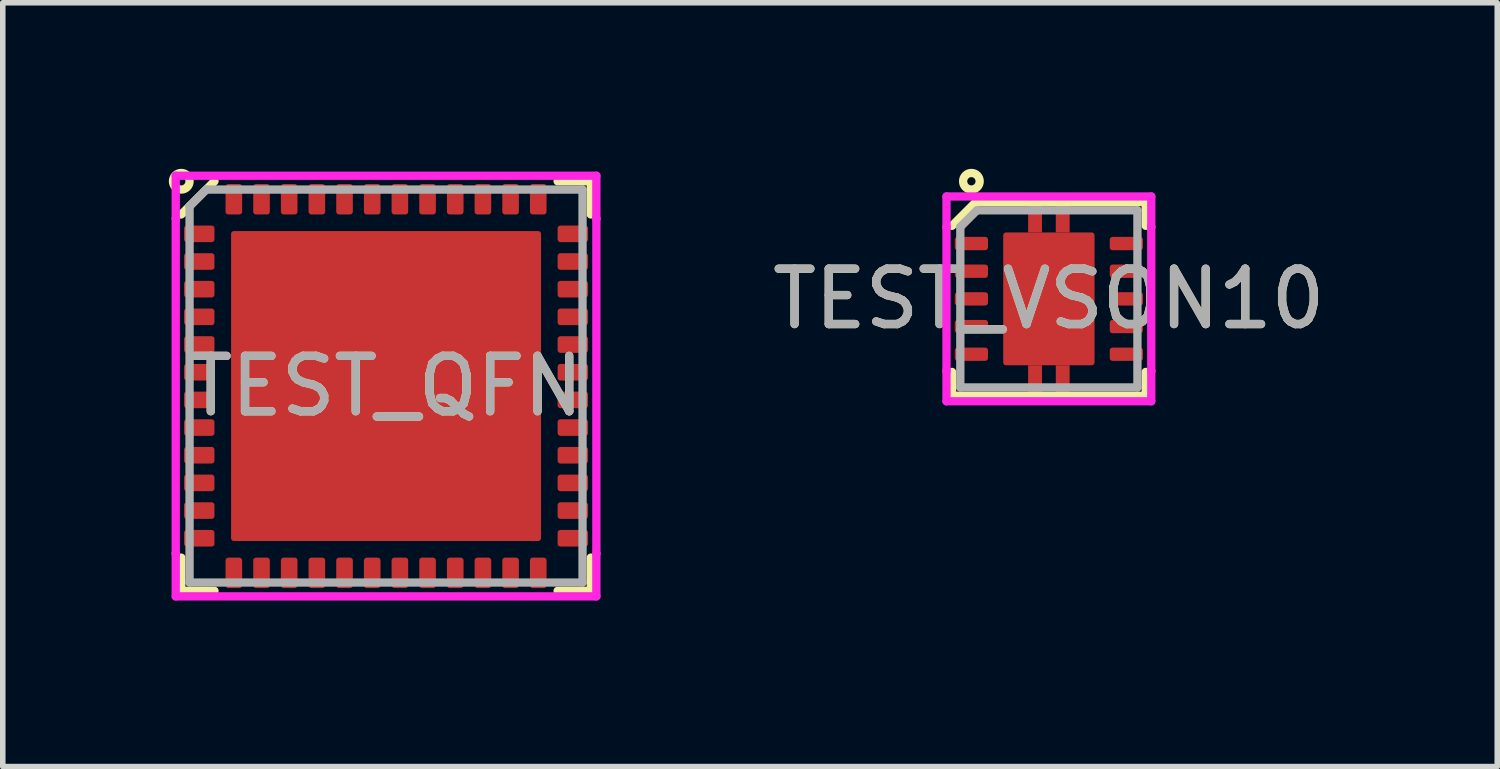
<source format=kicad_pcb>
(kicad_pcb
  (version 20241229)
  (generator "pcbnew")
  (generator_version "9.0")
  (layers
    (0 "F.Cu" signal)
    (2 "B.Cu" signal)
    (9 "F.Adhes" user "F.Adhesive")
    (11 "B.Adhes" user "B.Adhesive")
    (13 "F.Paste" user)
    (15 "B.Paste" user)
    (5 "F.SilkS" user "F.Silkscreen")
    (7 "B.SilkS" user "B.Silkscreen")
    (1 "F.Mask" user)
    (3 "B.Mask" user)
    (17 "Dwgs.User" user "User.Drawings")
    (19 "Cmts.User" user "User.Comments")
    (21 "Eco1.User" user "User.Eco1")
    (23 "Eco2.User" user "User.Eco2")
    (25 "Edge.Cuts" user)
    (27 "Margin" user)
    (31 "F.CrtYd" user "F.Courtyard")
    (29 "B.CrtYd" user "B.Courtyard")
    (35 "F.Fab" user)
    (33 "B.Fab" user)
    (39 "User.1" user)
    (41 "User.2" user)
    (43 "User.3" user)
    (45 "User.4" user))
  (footprint "TEST_QFN"
    (layer "F.Cu")
    (at 3.925 3.925)
    (property "Reference" "TEST_QFN" (at 0 0 0) (layer "F.SilkS") (effects (font (size 1 1) (thickness 0.15))))
    (property "Value" "${VALUE}" (at 0 -0.5 0) (layer "F.Fab") (hide yes) (effects (font (size 1 1) (thickness 0.15))))
    (attr through_hole)
    (fp_line (start -3.7 -3.1) (end -3.1 -3.7) (stroke (width 0.15) (type solid)) (layer "F.SilkS"))
    (fp_line (start -3.7 3.7) (end -3.7 3.1) (stroke (width 0.15) (type solid)) (layer "F.SilkS"))
    (fp_line (start -3.1 3.7) (end -3.7 3.7) (stroke (width 0.15) (type solid)) (layer "F.SilkS"))
    (fp_line (start 3.1 3.7) (end 3.7 3.7) (stroke (width 0.15) (type solid)) (layer "F.SilkS"))
    (fp_line (start 3.7 -3.7) (end 3.1 -3.7) (stroke (width 0.15) (type solid)) (layer "F.SilkS"))
    (fp_line (start 3.7 -3.1) (end 3.7 -3.7) (stroke (width 0.15) (type solid)) (layer "F.SilkS"))
    (fp_line (start 3.7 3.7) (end 3.7 3.1) (stroke (width 0.15) (type solid)) (layer "F.SilkS"))
    (fp_circle (center -3.7 -3.7) (end -3.7 -3.85) (stroke (width 0.15) (type solid)) (fill no) (layer "F.SilkS"))
    (fp_line (start -3.8 -3.8) (end 3.8 -3.8) (stroke (width 0.15) (type solid)) (layer "F.CrtYd"))
    (fp_line (start -3.8 -3.025) (end -3.8 -3.8) (stroke (width 0.15) (type solid)) (layer "F.CrtYd"))
    (fp_line (start -3.8 -3.025) (end -3.8 -3.025) (stroke (width 0.15) (type solid)) (layer "F.CrtYd"))
    (fp_line (start -3.8 3.025) (end -3.8 -3.025) (stroke (width 0.15) (type solid)) (layer "F.CrtYd"))
    (fp_line (start -3.8 3.025) (end -3.8 3.025) (stroke (width 0.15) (type solid)) (layer "F.CrtYd"))
    (fp_line (start -3.8 3.8) (end -3.8 3.025) (stroke (width 0.15) (type solid)) (layer "F.CrtYd"))
    (fp_line (start 3.8 -3.8) (end 3.8 -3.025) (stroke (width 0.15) (type solid)) (layer "F.CrtYd"))
    (fp_line (start 3.8 -3.025) (end 3.8 -3.025) (stroke (width 0.15) (type solid)) (layer "F.CrtYd"))
    (fp_line (start 3.8 -3.025) (end 3.8 3.025) (stroke (width 0.15) (type solid)) (layer "F.CrtYd"))
    (fp_line (start 3.8 3.025) (end 3.8 3.025) (stroke (width 0.15) (type solid)) (layer "F.CrtYd"))
    (fp_line (start 3.8 3.025) (end 3.8 3.8) (stroke (width 0.15) (type solid)) (layer "F.CrtYd"))
    (fp_line (start 3.8 3.8) (end -3.8 3.8) (stroke (width 0.15) (type solid)) (layer "F.CrtYd"))
    (fp_line (start -3.55 -3.25) (end -3.55 3.55) (stroke (width 0.15) (type solid)) (layer "F.Fab"))
    (fp_line (start -3.55 3.55) (end 3.55 3.55) (stroke (width 0.15) (type solid)) (layer "F.Fab"))
    (fp_line (start -3.25 -3.55) (end -3.55 -3.25) (stroke (width 0.15) (type solid)) (layer "F.Fab"))
    (fp_line (start 3.55 -3.55) (end -3.25 -3.55) (stroke (width 0.15) (type solid)) (layer "F.Fab"))
    (fp_line (start 3.55 3.55) (end 3.55 -3.55) (stroke (width 0.15) (type solid)) (layer "F.Fab"))
    (fp_text user "${REFERENCE}" (at 0 0 0) (layer "F.Fab") (effects (font (size 1 1) (thickness 0.15))))
    (pad "0" smd roundrect (at 0 0) (size 5.6 5.6) (layers "F.Cu" "F.Mask" "F.Paste") (roundrect_rratio 0.009))
    (pad "1" smd roundrect (at -3.375 -2.75) (size 0.55 0.3) (layers "F.Cu" "F.Mask" "F.Paste") (roundrect_rratio 0.167))
    (pad "2" smd roundrect (at -3.375 -2.25) (size 0.55 0.3) (layers "F.Cu" "F.Mask" "F.Paste") (roundrect_rratio 0.167))
    (pad "3" smd roundrect (at -3.375 -1.75) (size 0.55 0.3) (layers "F.Cu" "F.Mask" "F.Paste") (roundrect_rratio 0.167))
    (pad "4" smd roundrect (at -3.375 -1.25) (size 0.55 0.3) (layers "F.Cu" "F.Mask" "F.Paste") (roundrect_rratio 0.167))
    (pad "5" smd roundrect (at -3.375 -0.75) (size 0.55 0.3) (layers "F.Cu" "F.Mask" "F.Paste") (roundrect_rratio 0.167))
    (pad "6" smd roundrect (at -3.375 -0.25) (size 0.55 0.3) (layers "F.Cu" "F.Mask" "F.Paste") (roundrect_rratio 0.167))
    (pad "7" smd roundrect (at -3.375 0.25) (size 0.55 0.3) (layers "F.Cu" "F.Mask" "F.Paste") (roundrect_rratio 0.167))
    (pad "8" smd roundrect (at -3.375 0.75) (size 0.55 0.3) (layers "F.Cu" "F.Mask" "F.Paste") (roundrect_rratio 0.167))
    (pad "9" smd roundrect (at -3.375 1.25) (size 0.55 0.3) (layers "F.Cu" "F.Mask" "F.Paste") (roundrect_rratio 0.167))
    (pad "10" smd roundrect (at -3.375 1.75) (size 0.55 0.3) (layers "F.Cu" "F.Mask" "F.Paste") (roundrect_rratio 0.167))
    (pad "11" smd roundrect (at -3.375 2.25) (size 0.55 0.3) (layers "F.Cu" "F.Mask" "F.Paste") (roundrect_rratio 0.167))
    (pad "12" smd roundrect (at -3.375 2.75) (size 0.55 0.3) (layers "F.Cu" "F.Mask" "F.Paste") (roundrect_rratio 0.167))
    (pad "13" smd roundrect (at -2.75 3.375) (size 0.3 0.55) (layers "F.Cu" "F.Mask" "F.Paste") (roundrect_rratio 0.167))
    (pad "14" smd roundrect (at -2.25 3.375) (size 0.3 0.55) (layers "F.Cu" "F.Mask" "F.Paste") (roundrect_rratio 0.167))
    (pad "15" smd roundrect (at -1.75 3.375) (size 0.3 0.55) (layers "F.Cu" "F.Mask" "F.Paste") (roundrect_rratio 0.167))
    (pad "16" smd roundrect (at -1.25 3.375) (size 0.3 0.55) (layers "F.Cu" "F.Mask" "F.Paste") (roundrect_rratio 0.167))
    (pad "17" smd roundrect (at -0.75 3.375) (size 0.3 0.55) (layers "F.Cu" "F.Mask" "F.Paste") (roundrect_rratio 0.167))
    (pad "18" smd roundrect (at -0.25 3.375) (size 0.3 0.55) (layers "F.Cu" "F.Mask" "F.Paste") (roundrect_rratio 0.167))
    (pad "19" smd roundrect (at 0.25 3.375) (size 0.3 0.55) (layers "F.Cu" "F.Mask" "F.Paste") (roundrect_rratio 0.167))
    (pad "20" smd roundrect (at 0.75 3.375) (size 0.3 0.55) (layers "F.Cu" "F.Mask" "F.Paste") (roundrect_rratio 0.167))
    (pad "21" smd roundrect (at 1.25 3.375) (size 0.3 0.55) (layers "F.Cu" "F.Mask" "F.Paste") (roundrect_rratio 0.167))
    (pad "22" smd roundrect (at 1.75 3.375) (size 0.3 0.55) (layers "F.Cu" "F.Mask" "F.Paste") (roundrect_rratio 0.167))
    (pad "23" smd roundrect (at 2.25 3.375) (size 0.3 0.55) (layers "F.Cu" "F.Mask" "F.Paste") (roundrect_rratio 0.167))
    (pad "24" smd roundrect (at 2.75 3.375) (size 0.3 0.55) (layers "F.Cu" "F.Mask" "F.Paste") (roundrect_rratio 0.167))
    (pad "25" smd roundrect (at 3.375 2.75) (size 0.55 0.3) (layers "F.Cu" "F.Mask" "F.Paste") (roundrect_rratio 0.167))
    (pad "26" smd roundrect (at 3.375 2.25) (size 0.55 0.3) (layers "F.Cu" "F.Mask" "F.Paste") (roundrect_rratio 0.167))
    (pad "27" smd roundrect (at 3.375 1.75) (size 0.55 0.3) (layers "F.Cu" "F.Mask" "F.Paste") (roundrect_rratio 0.167))
    (pad "28" smd roundrect (at 3.375 1.25) (size 0.55 0.3) (layers "F.Cu" "F.Mask" "F.Paste") (roundrect_rratio 0.167))
    (pad "29" smd roundrect (at 3.375 0.75) (size 0.55 0.3) (layers "F.Cu" "F.Mask" "F.Paste") (roundrect_rratio 0.167))
    (pad "30" smd roundrect (at 3.375 0.25) (size 0.55 0.3) (layers "F.Cu" "F.Mask" "F.Paste") (roundrect_rratio 0.167))
    (pad "31" smd roundrect (at 3.375 -0.25) (size 0.55 0.3) (layers "F.Cu" "F.Mask" "F.Paste") (roundrect_rratio 0.167))
    (pad "32" smd roundrect (at 3.375 -0.75) (size 0.55 0.3) (layers "F.Cu" "F.Mask" "F.Paste") (roundrect_rratio 0.167))
    (pad "33" smd roundrect (at 3.375 -1.25) (size 0.55 0.3) (layers "F.Cu" "F.Mask" "F.Paste") (roundrect_rratio 0.167))
    (pad "34" smd roundrect (at 3.375 -1.75) (size 0.55 0.3) (layers "F.Cu" "F.Mask" "F.Paste") (roundrect_rratio 0.167))
    (pad "35" smd roundrect (at 3.375 -2.25) (size 0.55 0.3) (layers "F.Cu" "F.Mask" "F.Paste") (roundrect_rratio 0.167))
    (pad "36" smd roundrect (at 3.375 -2.75) (size 0.55 0.3) (layers "F.Cu" "F.Mask" "F.Paste") (roundrect_rratio 0.167))
    (pad "37" smd roundrect (at 2.75 -3.375) (size 0.3 0.55) (layers "F.Cu" "F.Mask" "F.Paste") (roundrect_rratio 0.167))
    (pad "38" smd roundrect (at 2.25 -3.375) (size 0.3 0.55) (layers "F.Cu" "F.Mask" "F.Paste") (roundrect_rratio 0.167))
    (pad "39" smd roundrect (at 1.75 -3.375) (size 0.3 0.55) (layers "F.Cu" "F.Mask" "F.Paste") (roundrect_rratio 0.167))
    (pad "40" smd roundrect (at 1.25 -3.375) (size 0.3 0.55) (layers "F.Cu" "F.Mask" "F.Paste") (roundrect_rratio 0.167))
    (pad "41" smd roundrect (at 0.75 -3.375) (size 0.3 0.55) (layers "F.Cu" "F.Mask" "F.Paste") (roundrect_rratio 0.167))
    (pad "42" smd roundrect (at 0.25 -3.375) (size 0.3 0.55) (layers "F.Cu" "F.Mask" "F.Paste") (roundrect_rratio 0.167))
    (pad "43" smd roundrect (at -0.25 -3.375) (size 0.3 0.55) (layers "F.Cu" "F.Mask" "F.Paste") (roundrect_rratio 0.167))
    (pad "44" smd roundrect (at -0.75 -3.375) (size 0.3 0.55) (layers "F.Cu" "F.Mask" "F.Paste") (roundrect_rratio 0.167))
    (pad "45" smd roundrect (at -1.25 -3.375) (size 0.3 0.55) (layers "F.Cu" "F.Mask" "F.Paste") (roundrect_rratio 0.167))
    (pad "46" smd roundrect (at -1.75 -3.375) (size 0.3 0.55) (layers "F.Cu" "F.Mask" "F.Paste") (roundrect_rratio 0.167))
    (pad "47" smd roundrect (at -2.25 -3.375) (size 0.3 0.55) (layers "F.Cu" "F.Mask" "F.Paste") (roundrect_rratio 0.167))
    (pad "48" smd roundrect (at -2.75 -3.375) (size 0.3 0.55) (layers "F.Cu" "F.Mask" "F.Paste") (roundrect_rratio 0.167)))
  (footprint "TEST_VSON10"
    (layer "F.Cu")
    (at 15.901 2.35)
    (property "Reference" "TEST_VSON10" (at 0 0 0) (layer "F.SilkS") (effects (font (size 1 1) (thickness 0.15))))
    (property "Value" "${VALUE}" (at 0 -0.5 0) (layer "F.Fab") (hide yes) (effects (font (size 1 1) (thickness 0.15))))
    (attr through_hole)
    (fp_line (start -1.75 -1.32) (end -1.32 -1.75) (stroke (width 0.15) (type solid)) (layer "F.SilkS"))
    (fp_line (start -1.75 1.75) (end -1.75 1.32) (stroke (width 0.15) (type solid)) (layer "F.SilkS"))
    (fp_line (start -1.32 -1.75) (end 1.75 -1.75) (stroke (width 0.15) (type solid)) (layer "F.SilkS"))
    (fp_line (start 1.75 -1.75) (end 1.75 -1.32) (stroke (width 0.15) (type solid)) (layer "F.SilkS"))
    (fp_line (start 1.75 1.32) (end 1.75 1.75) (stroke (width 0.15) (type solid)) (layer "F.SilkS"))
    (fp_line (start 1.75 1.75) (end -1.75 1.75) (stroke (width 0.15) (type solid)) (layer "F.SilkS"))
    (fp_circle (center -1.4 -2.125) (end -1.4 -1.975) (stroke (width 0.15) (type solid)) (fill no) (layer "F.SilkS"))
    (fp_line (start -1.85 -1.85) (end 1.85 -1.85) (stroke (width 0.15) (type solid)) (layer "F.CrtYd"))
    (fp_line (start -1.85 -1.3) (end -1.85 -1.85) (stroke (width 0.15) (type solid)) (layer "F.CrtYd"))
    (fp_line (start -1.85 -1.3) (end -1.85 -1.3) (stroke (width 0.15) (type solid)) (layer "F.CrtYd"))
    (fp_line (start -1.85 1.3) (end -1.85 -1.3) (stroke (width 0.15) (type solid)) (layer "F.CrtYd"))
    (fp_line (start -1.85 1.3) (end -1.85 1.3) (stroke (width 0.15) (type solid)) (layer "F.CrtYd"))
    (fp_line (start -1.85 1.85) (end -1.85 1.3) (stroke (width 0.15) (type solid)) (layer "F.CrtYd"))
    (fp_line (start 1.85 -1.85) (end 1.85 -1.3) (stroke (width 0.15) (type solid)) (layer "F.CrtYd"))
    (fp_line (start 1.85 -1.3) (end 1.85 -1.3) (stroke (width 0.15) (type solid)) (layer "F.CrtYd"))
    (fp_line (start 1.85 -1.3) (end 1.85 1.3) (stroke (width 0.15) (type solid)) (layer "F.CrtYd"))
    (fp_line (start 1.85 1.3) (end 1.85 1.3) (stroke (width 0.15) (type solid)) (layer "F.CrtYd"))
    (fp_line (start 1.85 1.3) (end 1.85 1.85) (stroke (width 0.15) (type solid)) (layer "F.CrtYd"))
    (fp_line (start 1.85 1.85) (end -1.85 1.85) (stroke (width 0.15) (type solid)) (layer "F.CrtYd"))
    (fp_line (start -1.6 -1.3) (end -1.6 1.6) (stroke (width 0.15) (type solid)) (layer "F.Fab"))
    (fp_line (start -1.6 1.6) (end 1.6 1.6) (stroke (width 0.15) (type solid)) (layer "F.Fab"))
    (fp_line (start -1.3 -1.6) (end -1.6 -1.3) (stroke (width 0.15) (type solid)) (layer "F.Fab"))
    (fp_line (start 1.6 -1.6) (end -1.3 -1.6) (stroke (width 0.15) (type solid)) (layer "F.Fab"))
    (fp_line (start 1.6 1.6) (end 1.6 -1.6) (stroke (width 0.15) (type solid)) (layer "F.Fab"))
    (fp_text user "${REFERENCE}" (at 0 0 0) (layer "F.Fab") (effects (font (size 1 1) (thickness 0.15))))
    (pad "0" smd rect (at -0.25 -1.45) (size 0.25 0.5) (layers "F.Cu" "F.Mask" "F.Paste"))
    (pad "0" smd rect (at -0.25 1.45) (size 0.25 0.5) (layers "F.Cu" "F.Mask" "F.Paste"))
    (pad "0" smd roundrect (at 0 0) (size 1.65 2.4) (layers "F.Cu" "F.Mask" "F.Paste") (roundrect_rratio 0.03))
    (pad "0" smd rect (at 0.25 -1.45) (size 0.25 0.5) (layers "F.Cu" "F.Mask" "F.Paste"))
    (pad "0" smd rect (at 0.25 1.45) (size 0.25 0.5) (layers "F.Cu" "F.Mask" "F.Paste"))
    (pad "1" smd roundrect (at -1.4 -1) (size 0.6 0.24) (layers "F.Cu" "F.Mask" "F.Paste") (roundrect_rratio 0.208))
    (pad "2" smd roundrect (at -1.4 -0.5) (size 0.6 0.24) (layers "F.Cu" "F.Mask" "F.Paste") (roundrect_rratio 0.208))
    (pad "3" smd roundrect (at -1.4 0) (size 0.6 0.24) (layers "F.Cu" "F.Mask" "F.Paste") (roundrect_rratio 0.208))
    (pad "4" smd roundrect (at -1.4 0.5) (size 0.6 0.24) (layers "F.Cu" "F.Mask" "F.Paste") (roundrect_rratio 0.208))
    (pad "5" smd roundrect (at -1.4 1) (size 0.6 0.24) (layers "F.Cu" "F.Mask" "F.Paste") (roundrect_rratio 0.208))
    (pad "6" smd roundrect (at 1.4 1) (size 0.6 0.24) (layers "F.Cu" "F.Mask" "F.Paste") (roundrect_rratio 0.208))
    (pad "7" smd roundrect (at 1.4 0.5) (size 0.6 0.24) (layers "F.Cu" "F.Mask" "F.Paste") (roundrect_rratio 0.208))
    (pad "8" smd roundrect (at 1.4 0) (size 0.6 0.24) (layers "F.Cu" "F.Mask" "F.Paste") (roundrect_rratio 0.208))
    (pad "9" smd roundrect (at 1.4 -0.5) (size 0.6 0.24) (layers "F.Cu" "F.Mask" "F.Paste") (roundrect_rratio 0.208))
    (pad "10" smd roundrect (at 1.4 -1) (size 0.6 0.24) (layers "F.Cu" "F.Mask" "F.Paste") (roundrect_rratio 0.208)))
  (gr_rect
    (start -3 -3)
    (end 24.002 10.8)
    (stroke (width 0.1) (type default))
    (fill no)
    (layer "Edge.Cuts")))
</source>
